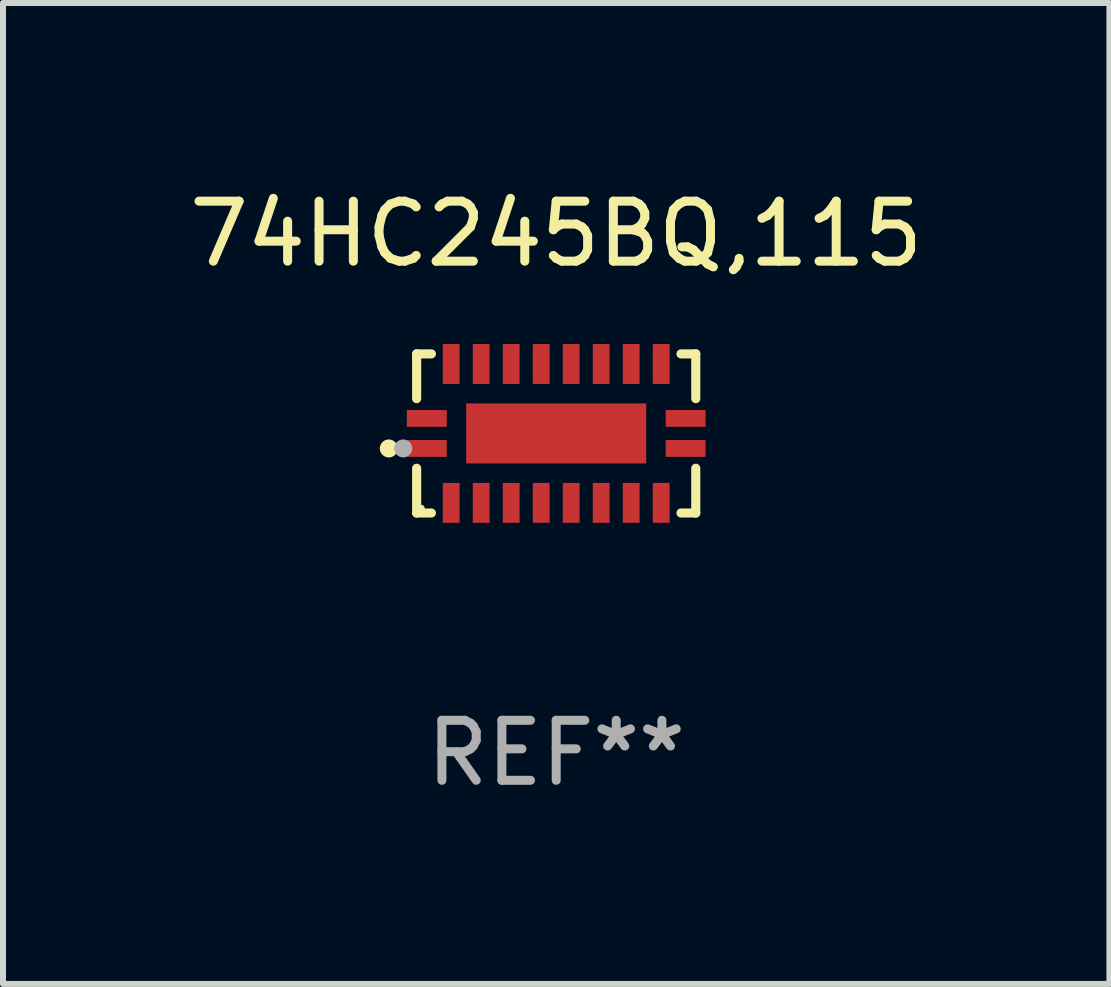
<source format=kicad_pcb>
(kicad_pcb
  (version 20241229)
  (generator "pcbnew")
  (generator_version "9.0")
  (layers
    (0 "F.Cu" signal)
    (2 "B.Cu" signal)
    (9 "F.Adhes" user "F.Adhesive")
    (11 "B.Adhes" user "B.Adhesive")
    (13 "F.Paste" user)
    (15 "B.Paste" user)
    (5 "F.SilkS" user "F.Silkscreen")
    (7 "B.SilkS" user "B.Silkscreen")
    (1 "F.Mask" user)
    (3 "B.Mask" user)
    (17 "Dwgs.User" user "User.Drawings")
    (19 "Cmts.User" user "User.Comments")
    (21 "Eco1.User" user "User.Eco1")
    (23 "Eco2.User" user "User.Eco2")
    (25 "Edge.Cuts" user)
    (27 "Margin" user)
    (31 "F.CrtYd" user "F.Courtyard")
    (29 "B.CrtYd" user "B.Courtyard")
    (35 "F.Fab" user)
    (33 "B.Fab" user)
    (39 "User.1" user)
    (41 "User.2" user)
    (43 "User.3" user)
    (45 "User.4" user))
  (footprint "74HC245BQ,115"
    (layer "F.Cu")
    (at 6.22 4.174)
    (property "Reference" "74HC245BQ,115" (at 0 -3.326 0) (layer "F.SilkS") (effects (font (size 1 1) (thickness 0.15))))
    (attr through_hole)
    (fp_line (start -2.326 -1.326) (end -2.08 -1.326) (stroke (width 0.152) (type solid)) (layer "F.SilkS"))
    (fp_line (start -2.326 -0.58) (end -2.326 -1.326) (stroke (width 0.152) (type solid)) (layer "F.SilkS"))
    (fp_line (start -2.326 0.58) (end -2.326 1.326) (stroke (width 0.152) (type solid)) (layer "F.SilkS"))
    (fp_line (start -2.326 1.326) (end -2.08 1.326) (stroke (width 0.152) (type solid)) (layer "F.SilkS"))
    (fp_line (start 2.326 -1.326) (end 2.08 -1.326) (stroke (width 0.152) (type solid)) (layer "F.SilkS"))
    (fp_line (start 2.326 -0.58) (end 2.326 -1.326) (stroke (width 0.152) (type solid)) (layer "F.SilkS"))
    (fp_line (start 2.326 0.58) (end 2.326 1.326) (stroke (width 0.152) (type solid)) (layer "F.SilkS"))
    (fp_line (start 2.326 1.326) (end 2.08 1.326) (stroke (width 0.152) (type solid)) (layer "F.SilkS"))
    (fp_circle (center -2.79 0.25) (end -2.715 0.25) (stroke (width 0.15) (type solid)) (fill no) (layer "F.SilkS"))
    (fp_circle (center -2.25 1.25) (end -2.22 1.25) (stroke (width 0.06) (type solid)) (fill no) (layer "F.SilkS"))
    (fp_circle (center -2.55 0.25) (end -2.475 0.25) (stroke (width 0.15) (type solid)) (fill no) (layer "F.Fab"))
    (fp_text user "REF**" (at 0 5.326 0) (layer "F.Fab") (effects (font (size 1 1) (thickness 0.15))))
    (pad "1" smd rect (at -2.157 0.25) (size 0.665 0.28) (layers "F.Cu" "F.Mask" "F.Paste"))
    (pad "2" smd rect (at -1.75 1.157) (size 0.28 0.665) (layers "F.Cu" "F.Mask" "F.Paste"))
    (pad "3" smd rect (at -1.25 1.157) (size 0.28 0.665) (layers "F.Cu" "F.Mask" "F.Paste"))
    (pad "4" smd rect (at -0.75 1.157) (size 0.28 0.665) (layers "F.Cu" "F.Mask" "F.Paste"))
    (pad "5" smd rect (at -0.25 1.157) (size 0.28 0.665) (layers "F.Cu" "F.Mask" "F.Paste"))
    (pad "6" smd rect (at 0.25 1.157) (size 0.28 0.665) (layers "F.Cu" "F.Mask" "F.Paste"))
    (pad "7" smd rect (at 0.75 1.157) (size 0.28 0.665) (layers "F.Cu" "F.Mask" "F.Paste"))
    (pad "8" smd rect (at 1.25 1.157) (size 0.28 0.665) (layers "F.Cu" "F.Mask" "F.Paste"))
    (pad "9" smd rect (at 1.75 1.157) (size 0.28 0.665) (layers "F.Cu" "F.Mask" "F.Paste"))
    (pad "10" smd rect (at 2.157 0.25) (size 0.665 0.28) (layers "F.Cu" "F.Mask" "F.Paste"))
    (pad "11" smd rect (at 2.157 -0.25) (size 0.665 0.28) (layers "F.Cu" "F.Mask" "F.Paste"))
    (pad "12" smd rect (at 1.75 -1.157) (size 0.28 0.665) (layers "F.Cu" "F.Mask" "F.Paste"))
    (pad "13" smd rect (at 1.25 -1.157) (size 0.28 0.665) (layers "F.Cu" "F.Mask" "F.Paste"))
    (pad "14" smd rect (at 0.75 -1.157) (size 0.28 0.665) (layers "F.Cu" "F.Mask" "F.Paste"))
    (pad "15" smd rect (at 0.25 -1.157) (size 0.28 0.665) (layers "F.Cu" "F.Mask" "F.Paste"))
    (pad "16" smd rect (at -0.25 -1.157) (size 0.28 0.665) (layers "F.Cu" "F.Mask" "F.Paste"))
    (pad "17" smd rect (at -0.75 -1.157) (size 0.28 0.665) (layers "F.Cu" "F.Mask" "F.Paste"))
    (pad "18" smd rect (at -1.25 -1.157) (size 0.28 0.665) (layers "F.Cu" "F.Mask" "F.Paste"))
    (pad "19" smd rect (at -1.75 -1.157) (size 0.28 0.665) (layers "F.Cu" "F.Mask" "F.Paste"))
    (pad "20" smd rect (at -2.157 -0.25) (size 0.665 0.28) (layers "F.Cu" "F.Mask" "F.Paste"))
    (pad "21" smd rect (at 0 0) (size 3 1) (layers "F.Cu" "F.Mask" "F.Paste")))
  (gr_rect
    (start -3 -3)
    (end 15.44 13.349)
    (stroke (width 0.1) (type default))
    (fill no)
    (layer "Edge.Cuts")))
</source>
